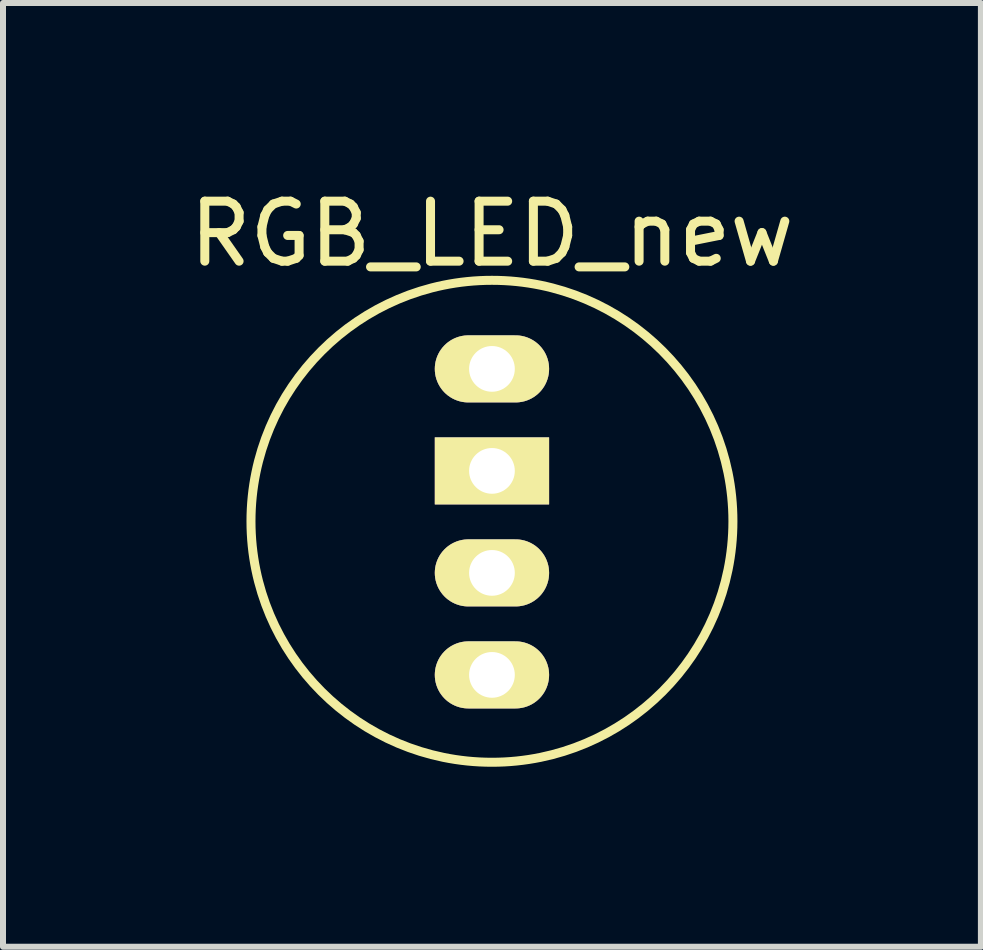
<source format=kicad_pcb>
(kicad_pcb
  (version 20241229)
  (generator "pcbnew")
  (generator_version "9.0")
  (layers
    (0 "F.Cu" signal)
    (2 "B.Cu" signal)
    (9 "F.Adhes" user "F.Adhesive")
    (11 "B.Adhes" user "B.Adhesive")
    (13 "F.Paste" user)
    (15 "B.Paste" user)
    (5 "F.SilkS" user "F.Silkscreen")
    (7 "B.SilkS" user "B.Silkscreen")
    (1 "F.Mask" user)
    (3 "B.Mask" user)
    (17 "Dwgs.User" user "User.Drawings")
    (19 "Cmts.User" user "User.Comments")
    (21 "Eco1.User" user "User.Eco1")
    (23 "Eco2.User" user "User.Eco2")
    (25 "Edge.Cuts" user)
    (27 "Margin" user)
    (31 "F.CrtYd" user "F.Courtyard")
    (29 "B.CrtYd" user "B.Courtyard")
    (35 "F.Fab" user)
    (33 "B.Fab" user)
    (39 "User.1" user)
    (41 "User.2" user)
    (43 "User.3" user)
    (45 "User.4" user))
  (footprint "RGB_LED_new"
    (layer "F.Cu")
    (at 5.149 3.098)
    (property "Reference" "RGB_LED_new" (at 0 -2.25 0) (layer "F.SilkS") (effects (font (size 1 1) (thickness 0.15))))
    (attr through_hole)
    (fp_circle (center 0 2.54) (end 3.81 1.27) (stroke (width 0.15) (type solid)) (fill no) (layer "F.SilkS"))
    (pad "1" thru_hole oval (at 0 0) (size 1.905 1.118) (drill 0.762) (layers "*.Cu" "*.Mask" "F.SilkS"))
    (pad "2" thru_hole rect (at 0 1.7) (size 1.905 1.118) (drill 0.762) (layers "*.Cu" "*.Mask" "F.SilkS"))
    (pad "3" thru_hole oval (at 0 3.4) (size 1.905 1.118) (drill 0.762) (layers "*.Cu" "*.Mask" "F.SilkS"))
    (pad "4" thru_hole oval (at 0 5.1) (size 1.905 1.118) (drill 0.762) (layers "*.Cu" "*.Mask" "F.SilkS")))
  (gr_rect
    (start -3 -3)
    (end 13.298 12.729)
    (stroke (width 0.1) (type default))
    (fill no)
    (layer "Edge.Cuts")))
</source>
